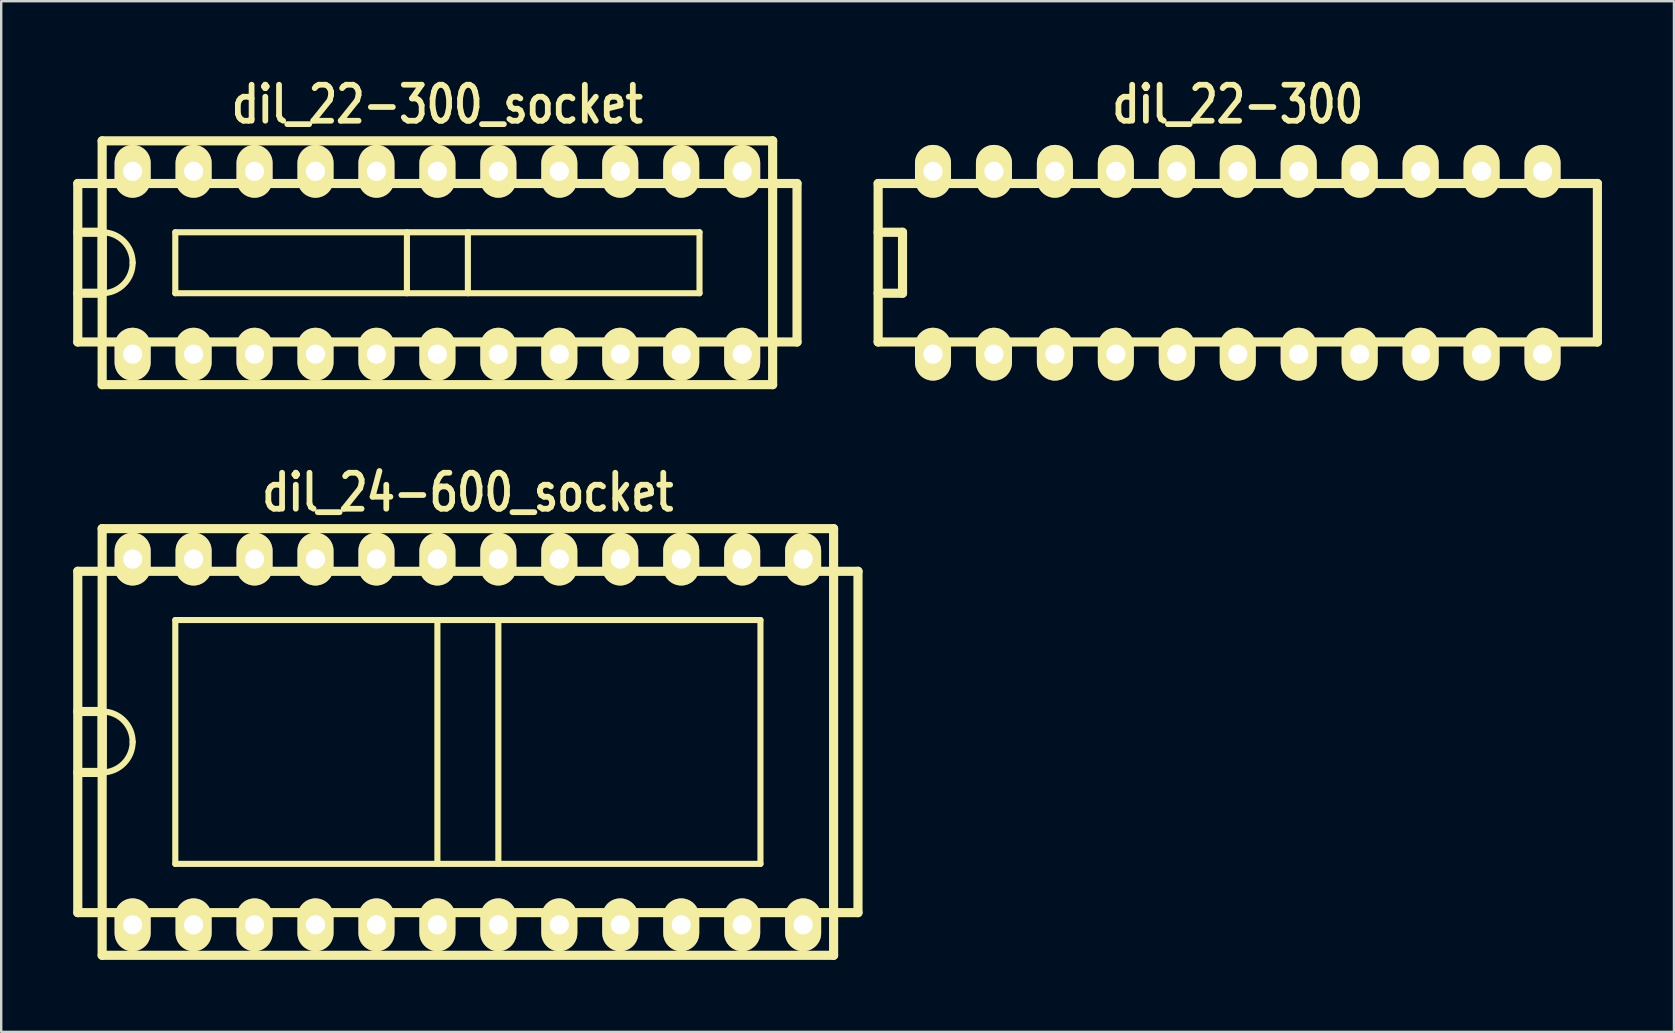
<source format=kicad_pcb>
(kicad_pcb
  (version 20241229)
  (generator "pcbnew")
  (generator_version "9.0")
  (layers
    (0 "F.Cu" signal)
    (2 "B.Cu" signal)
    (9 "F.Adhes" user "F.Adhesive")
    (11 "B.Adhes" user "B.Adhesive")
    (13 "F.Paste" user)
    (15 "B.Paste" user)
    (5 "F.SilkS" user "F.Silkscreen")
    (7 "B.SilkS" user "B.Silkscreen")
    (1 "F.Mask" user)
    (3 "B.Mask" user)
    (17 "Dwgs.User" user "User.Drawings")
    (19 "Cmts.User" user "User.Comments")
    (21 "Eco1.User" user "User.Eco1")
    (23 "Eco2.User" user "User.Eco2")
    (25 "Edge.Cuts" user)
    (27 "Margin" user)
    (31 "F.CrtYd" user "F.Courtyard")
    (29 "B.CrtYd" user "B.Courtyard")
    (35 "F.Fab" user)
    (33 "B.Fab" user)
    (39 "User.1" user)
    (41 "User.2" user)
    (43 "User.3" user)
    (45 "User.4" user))
  (footprint "dil_22-300"
    (layer "F.Cu")
    (at 48.529 7.899)
    (property "Reference" "dil_22-300" (at 0 -6.6 0) (layer "F.SilkS") (effects (font (size 1.5 1.2) (thickness 0.24))))
    (attr through_hole)
    (fp_line (start -14.986 -3.302) (end 14.986 -3.302) (stroke (width 0.381) (type solid)) (layer "F.SilkS"))
    (fp_line (start -14.986 3.302) (end -14.986 -3.302) (stroke (width 0.381) (type solid)) (layer "F.SilkS"))
    (fp_line (start -13.97 -1.27) (end -14.986 -1.27) (stroke (width 0.381) (type solid)) (layer "F.SilkS"))
    (fp_line (start -13.97 -1.27) (end -13.97 1.27) (stroke (width 0.381) (type solid)) (layer "F.SilkS"))
    (fp_line (start -13.97 1.27) (end -14.986 1.27) (stroke (width 0.381) (type solid)) (layer "F.SilkS"))
    (fp_line (start 14.986 -3.302) (end 14.986 3.302) (stroke (width 0.381) (type solid)) (layer "F.SilkS"))
    (fp_line (start 14.986 3.302) (end -14.986 3.302) (stroke (width 0.381) (type solid)) (layer "F.SilkS"))
    (pad "1" thru_hole oval (at -12.7 3.81) (size 1.5 2.2) (drill 0.8) (layers "*.Cu" "*.Mask" "F.SilkS"))
    (pad "2" thru_hole oval (at -10.16 3.81) (size 1.5 2.2) (drill 0.8) (layers "*.Cu" "*.Mask" "F.SilkS"))
    (pad "3" thru_hole oval (at -7.62 3.81) (size 1.5 2.2) (drill 0.8) (layers "*.Cu" "*.Mask" "F.SilkS"))
    (pad "4" thru_hole oval (at -5.08 3.81) (size 1.5 2.2) (drill 0.8) (layers "*.Cu" "*.Mask" "F.SilkS"))
    (pad "5" thru_hole oval (at -2.54 3.81) (size 1.5 2.2) (drill 0.8) (layers "*.Cu" "*.Mask" "F.SilkS"))
    (pad "6" thru_hole oval (at 0 3.81) (size 1.5 2.2) (drill 0.8) (layers "*.Cu" "*.Mask" "F.SilkS"))
    (pad "7" thru_hole oval (at 2.54 3.81) (size 1.5 2.2) (drill 0.8) (layers "*.Cu" "*.Mask" "F.SilkS"))
    (pad "8" thru_hole oval (at 5.08 3.81) (size 1.5 2.2) (drill 0.8) (layers "*.Cu" "*.Mask" "F.SilkS"))
    (pad "9" thru_hole oval (at 7.62 3.81) (size 1.5 2.2) (drill 0.8) (layers "*.Cu" "*.Mask" "F.SilkS"))
    (pad "10" thru_hole oval (at 10.16 3.81) (size 1.5 2.2) (drill 0.8) (layers "*.Cu" "*.Mask" "F.SilkS"))
    (pad "11" thru_hole oval (at 12.7 3.81) (size 1.5 2.2) (drill 0.8) (layers "*.Cu" "*.Mask" "F.SilkS"))
    (pad "12" thru_hole oval (at 12.7 -3.81) (size 1.5 2.2) (drill 0.8) (layers "*.Cu" "*.Mask" "F.SilkS"))
    (pad "13" thru_hole oval (at 10.16 -3.81) (size 1.5 2.2) (drill 0.8) (layers "*.Cu" "*.Mask" "F.SilkS"))
    (pad "14" thru_hole oval (at 7.62 -3.81) (size 1.5 2.2) (drill 0.8) (layers "*.Cu" "*.Mask" "F.SilkS"))
    (pad "15" thru_hole oval (at 5.08 -3.81) (size 1.5 2.2) (drill 0.8) (layers "*.Cu" "*.Mask" "F.SilkS"))
    (pad "16" thru_hole oval (at 2.54 -3.81) (size 1.5 2.2) (drill 0.8) (layers "*.Cu" "*.Mask" "F.SilkS"))
    (pad "17" thru_hole oval (at 0 -3.81) (size 1.5 2.2) (drill 0.8) (layers "*.Cu" "*.Mask" "F.SilkS"))
    (pad "18" thru_hole oval (at -2.54 -3.81) (size 1.5 2.2) (drill 0.8) (layers "*.Cu" "*.Mask" "F.SilkS"))
    (pad "19" thru_hole oval (at -5.08 -3.81) (size 1.5 2.2) (drill 0.8) (layers "*.Cu" "*.Mask" "F.SilkS"))
    (pad "20" thru_hole oval (at -7.62 -3.81) (size 1.5 2.2) (drill 0.8) (layers "*.Cu" "*.Mask" "F.SilkS"))
    (pad "21" thru_hole oval (at -10.16 -3.81) (size 1.5 2.2) (drill 0.8) (layers "*.Cu" "*.Mask" "F.SilkS"))
    (pad "22" thru_hole oval (at -12.7 -3.81) (size 1.5 2.2) (drill 0.8) (layers "*.Cu" "*.Mask" "F.SilkS")))
  (footprint "dil_24-600_socket"
    (layer "F.Cu")
    (at 16.447 27.868)
    (property "Reference" "dil_24-600_socket" (at 0 -10.4 0) (layer "F.SilkS") (effects (font (size 1.5 1.2) (thickness 0.24))))
    (attr through_hole)
    (fp_line (start -16.256 -7.112) (end -16.256 7.112) (stroke (width 0.381) (type solid)) (layer "F.SilkS"))
    (fp_line (start -16.256 -7.112) (end 16.256 -7.112) (stroke (width 0.381) (type solid)) (layer "F.SilkS"))
    (fp_line (start -15.24 -8.89) (end 15.24 -8.89) (stroke (width 0.381) (type solid)) (layer "F.SilkS"))
    (fp_line (start -15.24 -1.27) (end -16.256 -1.27) (stroke (width 0.381) (type solid)) (layer "F.SilkS"))
    (fp_line (start -15.24 -1.27) (end -15.24 1.27) (stroke (width 0.381) (type solid)) (layer "F.SilkS"))
    (fp_line (start -15.24 1.27) (end -16.256 1.27) (stroke (width 0.381) (type solid)) (layer "F.SilkS"))
    (fp_line (start -15.24 8.89) (end -15.24 -8.89) (stroke (width 0.381) (type solid)) (layer "F.SilkS"))
    (fp_line (start -15.24 8.89) (end 15.24 8.89) (stroke (width 0.381) (type solid)) (layer "F.SilkS"))
    (fp_line (start -12.192 -5.08) (end 12.192 -5.08) (stroke (width 0.254) (type solid)) (layer "F.SilkS"))
    (fp_line (start -12.192 5.08) (end -12.192 -5.08) (stroke (width 0.254) (type solid)) (layer "F.SilkS"))
    (fp_line (start -1.27 -5.08) (end -1.27 5.08) (stroke (width 0.254) (type solid)) (layer "F.SilkS"))
    (fp_line (start 1.27 5.08) (end 1.27 -5.08) (stroke (width 0.254) (type solid)) (layer "F.SilkS"))
    (fp_line (start 12.192 -5.08) (end 12.192 5.08) (stroke (width 0.254) (type solid)) (layer "F.SilkS"))
    (fp_line (start 12.192 5.08) (end -12.192 5.08) (stroke (width 0.254) (type solid)) (layer "F.SilkS"))
    (fp_line (start 15.24 -8.89) (end 15.24 8.89) (stroke (width 0.381) (type solid)) (layer "F.SilkS"))
    (fp_line (start 16.256 7.112) (end -16.256 7.112) (stroke (width 0.381) (type solid)) (layer "F.SilkS"))
    (fp_line (start 16.256 7.112) (end 16.256 -7.112) (stroke (width 0.381) (type solid)) (layer "F.SilkS"))
    (fp_arc (start -15.24 -1.27) (mid -14.341974 -0.898026) (end -13.97 0) (stroke (width 0.254) (type solid)) (layer "F.SilkS"))
    (fp_arc (start -13.97 0) (mid -14.341974 0.898026) (end -15.24 1.27) (stroke (width 0.254) (type solid)) (layer "F.SilkS"))
    (pad "1" thru_hole oval (at -13.97 7.62) (size 1.5 2.2) (drill 0.8) (layers "*.Cu" "*.Mask" "F.SilkS"))
    (pad "2" thru_hole oval (at -11.43 7.62) (size 1.5 2.2) (drill 0.8) (layers "*.Cu" "*.Mask" "F.SilkS"))
    (pad "3" thru_hole oval (at -8.89 7.62) (size 1.5 2.2) (drill 0.8) (layers "*.Cu" "*.Mask" "F.SilkS"))
    (pad "4" thru_hole oval (at -6.35 7.62) (size 1.5 2.2) (drill 0.8) (layers "*.Cu" "*.Mask" "F.SilkS"))
    (pad "5" thru_hole oval (at -3.81 7.62) (size 1.5 2.2) (drill 0.8) (layers "*.Cu" "*.Mask" "F.SilkS"))
    (pad "6" thru_hole oval (at -1.27 7.62) (size 1.5 2.2) (drill 0.8) (layers "*.Cu" "*.Mask" "F.SilkS"))
    (pad "7" thru_hole oval (at 1.27 7.62) (size 1.5 2.2) (drill 0.8) (layers "*.Cu" "*.Mask" "F.SilkS"))
    (pad "8" thru_hole oval (at 3.81 7.62) (size 1.5 2.2) (drill 0.8) (layers "*.Cu" "*.Mask" "F.SilkS"))
    (pad "9" thru_hole oval (at 6.35 7.62) (size 1.5 2.2) (drill 0.8) (layers "*.Cu" "*.Mask" "F.SilkS"))
    (pad "10" thru_hole oval (at 8.89 7.62) (size 1.5 2.2) (drill 0.8) (layers "*.Cu" "*.Mask" "F.SilkS"))
    (pad "11" thru_hole oval (at 11.43 7.62) (size 1.5 2.2) (drill 0.8) (layers "*.Cu" "*.Mask" "F.SilkS"))
    (pad "12" thru_hole oval (at 13.97 7.62) (size 1.5 2.2) (drill 0.8) (layers "*.Cu" "*.Mask" "F.SilkS"))
    (pad "13" thru_hole oval (at 13.97 -7.62) (size 1.5 2.2) (drill 0.8) (layers "*.Cu" "*.Mask" "F.SilkS"))
    (pad "14" thru_hole oval (at 11.43 -7.62) (size 1.5 2.2) (drill 0.8) (layers "*.Cu" "*.Mask" "F.SilkS"))
    (pad "15" thru_hole oval (at 8.89 -7.62) (size 1.5 2.2) (drill 0.8) (layers "*.Cu" "*.Mask" "F.SilkS"))
    (pad "16" thru_hole oval (at 6.35 -7.62) (size 1.5 2.2) (drill 0.8) (layers "*.Cu" "*.Mask" "F.SilkS"))
    (pad "17" thru_hole oval (at 3.81 -7.62) (size 1.5 2.2) (drill 0.8) (layers "*.Cu" "*.Mask" "F.SilkS"))
    (pad "18" thru_hole oval (at 1.27 -7.62) (size 1.5 2.2) (drill 0.8) (layers "*.Cu" "*.Mask" "F.SilkS"))
    (pad "19" thru_hole oval (at -1.27 -7.62) (size 1.5 2.2) (drill 0.8) (layers "*.Cu" "*.Mask" "F.SilkS"))
    (pad "20" thru_hole oval (at -3.81 -7.62) (size 1.5 2.2) (drill 0.8) (layers "*.Cu" "*.Mask" "F.SilkS"))
    (pad "21" thru_hole oval (at -6.35 -7.62) (size 1.5 2.2) (drill 0.8) (layers "*.Cu" "*.Mask" "F.SilkS"))
    (pad "22" thru_hole oval (at -8.89 -7.62) (size 1.5 2.2) (drill 0.8) (layers "*.Cu" "*.Mask" "F.SilkS"))
    (pad "23" thru_hole oval (at -11.43 -7.62) (size 1.5 2.2) (drill 0.8) (layers "*.Cu" "*.Mask" "F.SilkS"))
    (pad "24" thru_hole oval (at -13.97 -7.62) (size 1.5 2.2) (drill 0.8) (layers "*.Cu" "*.Mask" "F.SilkS")))
  (footprint "dil_22-300_socket"
    (layer "F.Cu")
    (at 15.177 7.899)
    (property "Reference" "dil_22-300_socket" (at 0 -6.6 0) (layer "F.SilkS") (effects (font (size 1.5 1.2) (thickness 0.24))))
    (attr through_hole)
    (fp_line (start -14.986 -3.302) (end 14.986 -3.302) (stroke (width 0.381) (type solid)) (layer "F.SilkS"))
    (fp_line (start -14.986 3.302) (end -14.986 -3.302) (stroke (width 0.381) (type solid)) (layer "F.SilkS"))
    (fp_line (start -13.97 -5.08) (end 13.97 -5.08) (stroke (width 0.381) (type solid)) (layer "F.SilkS"))
    (fp_line (start -13.97 -1.27) (end -14.986 -1.27) (stroke (width 0.381) (type solid)) (layer "F.SilkS"))
    (fp_line (start -13.97 -1.27) (end -13.97 1.27) (stroke (width 0.381) (type solid)) (layer "F.SilkS"))
    (fp_line (start -13.97 1.27) (end -14.986 1.27) (stroke (width 0.381) (type solid)) (layer "F.SilkS"))
    (fp_line (start -13.97 5.08) (end -13.97 -5.08) (stroke (width 0.381) (type solid)) (layer "F.SilkS"))
    (fp_line (start -10.922 -1.27) (end -10.922 1.27) (stroke (width 0.254) (type solid)) (layer "F.SilkS"))
    (fp_line (start -10.922 1.27) (end 10.922 1.27) (stroke (width 0.254) (type solid)) (layer "F.SilkS"))
    (fp_line (start -1.27 -1.27) (end -1.27 1.27) (stroke (width 0.254) (type solid)) (layer "F.SilkS"))
    (fp_line (start 1.27 -1.27) (end 1.27 1.27) (stroke (width 0.254) (type solid)) (layer "F.SilkS"))
    (fp_line (start 10.922 -1.27) (end -10.922 -1.27) (stroke (width 0.254) (type solid)) (layer "F.SilkS"))
    (fp_line (start 10.922 1.27) (end 10.922 -1.27) (stroke (width 0.254) (type solid)) (layer "F.SilkS"))
    (fp_line (start 13.97 -5.08) (end 13.97 5.08) (stroke (width 0.381) (type solid)) (layer "F.SilkS"))
    (fp_line (start 13.97 5.08) (end -13.97 5.08) (stroke (width 0.381) (type solid)) (layer "F.SilkS"))
    (fp_line (start 14.986 -3.302) (end 14.986 3.302) (stroke (width 0.381) (type solid)) (layer "F.SilkS"))
    (fp_line (start 14.986 3.302) (end -14.986 3.302) (stroke (width 0.381) (type solid)) (layer "F.SilkS"))
    (fp_arc (start -13.97 -1.27) (mid -13.071974 -0.898026) (end -12.7 0) (stroke (width 0.254) (type solid)) (layer "F.SilkS"))
    (fp_arc (start -12.7 0) (mid -13.071974 0.898026) (end -13.97 1.27) (stroke (width 0.254) (type solid)) (layer "F.SilkS"))
    (pad "1" thru_hole oval (at -12.7 3.81) (size 1.5 2.2) (drill 0.8) (layers "*.Cu" "*.Mask" "F.SilkS"))
    (pad "2" thru_hole oval (at -10.16 3.81) (size 1.5 2.2) (drill 0.8) (layers "*.Cu" "*.Mask" "F.SilkS"))
    (pad "3" thru_hole oval (at -7.62 3.81) (size 1.5 2.2) (drill 0.8) (layers "*.Cu" "*.Mask" "F.SilkS"))
    (pad "4" thru_hole oval (at -5.08 3.81) (size 1.5 2.2) (drill 0.8) (layers "*.Cu" "*.Mask" "F.SilkS"))
    (pad "5" thru_hole oval (at -2.54 3.81) (size 1.5 2.2) (drill 0.8) (layers "*.Cu" "*.Mask" "F.SilkS"))
    (pad "6" thru_hole oval (at 0 3.81) (size 1.5 2.2) (drill 0.8) (layers "*.Cu" "*.Mask" "F.SilkS"))
    (pad "7" thru_hole oval (at 2.54 3.81) (size 1.5 2.2) (drill 0.8) (layers "*.Cu" "*.Mask" "F.SilkS"))
    (pad "8" thru_hole oval (at 5.08 3.81) (size 1.5 2.2) (drill 0.8) (layers "*.Cu" "*.Mask" "F.SilkS"))
    (pad "9" thru_hole oval (at 7.62 3.81) (size 1.5 2.2) (drill 0.8) (layers "*.Cu" "*.Mask" "F.SilkS"))
    (pad "10" thru_hole oval (at 10.16 3.81) (size 1.5 2.2) (drill 0.8) (layers "*.Cu" "*.Mask" "F.SilkS"))
    (pad "11" thru_hole oval (at 12.7 3.81) (size 1.5 2.2) (drill 0.8) (layers "*.Cu" "*.Mask" "F.SilkS"))
    (pad "12" thru_hole oval (at 12.7 -3.81) (size 1.5 2.2) (drill 0.8) (layers "*.Cu" "*.Mask" "F.SilkS"))
    (pad "13" thru_hole oval (at 10.16 -3.81) (size 1.5 2.2) (drill 0.8) (layers "*.Cu" "*.Mask" "F.SilkS"))
    (pad "14" thru_hole oval (at 7.62 -3.81) (size 1.5 2.2) (drill 0.8) (layers "*.Cu" "*.Mask" "F.SilkS"))
    (pad "15" thru_hole oval (at 5.08 -3.81) (size 1.5 2.2) (drill 0.8) (layers "*.Cu" "*.Mask" "F.SilkS"))
    (pad "16" thru_hole oval (at 2.54 -3.81) (size 1.5 2.2) (drill 0.8) (layers "*.Cu" "*.Mask" "F.SilkS"))
    (pad "17" thru_hole oval (at 0 -3.81) (size 1.5 2.2) (drill 0.8) (layers "*.Cu" "*.Mask" "F.SilkS"))
    (pad "18" thru_hole oval (at -2.54 -3.81) (size 1.5 2.2) (drill 0.8) (layers "*.Cu" "*.Mask" "F.SilkS"))
    (pad "19" thru_hole oval (at -5.08 -3.81) (size 1.5 2.2) (drill 0.8) (layers "*.Cu" "*.Mask" "F.SilkS"))
    (pad "20" thru_hole oval (at -7.62 -3.81) (size 1.5 2.2) (drill 0.8) (layers "*.Cu" "*.Mask" "F.SilkS"))
    (pad "21" thru_hole oval (at -10.16 -3.81) (size 1.5 2.2) (drill 0.8) (layers "*.Cu" "*.Mask" "F.SilkS"))
    (pad "22" thru_hole oval (at -12.7 -3.81) (size 1.5 2.2) (drill 0.8) (layers "*.Cu" "*.Mask" "F.SilkS")))
  (gr_rect
    (start -3 -3)
    (end 66.706 39.948)
    (stroke (width 0.1) (type default))
    (fill no)
    (layer "Edge.Cuts")))
</source>
